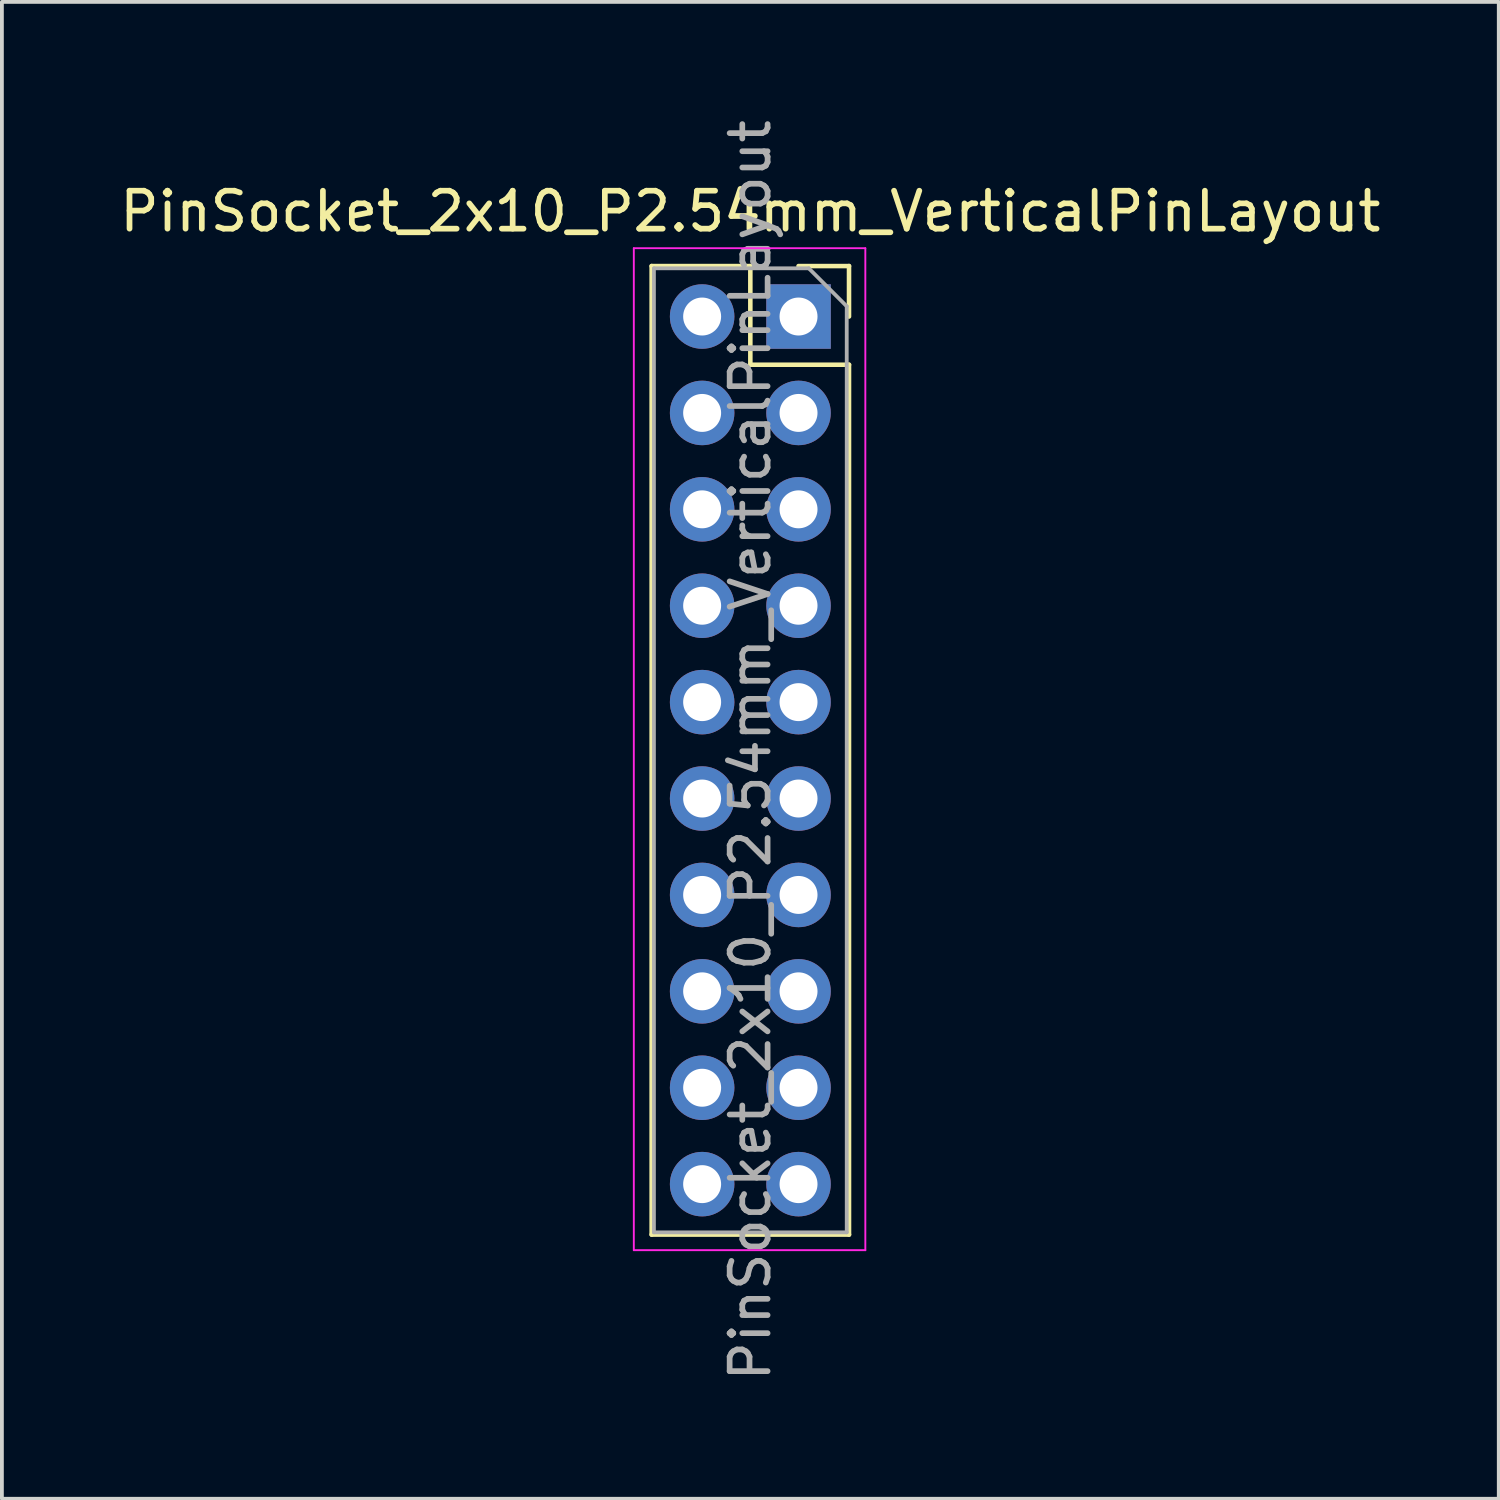
<source format=kicad_pcb>
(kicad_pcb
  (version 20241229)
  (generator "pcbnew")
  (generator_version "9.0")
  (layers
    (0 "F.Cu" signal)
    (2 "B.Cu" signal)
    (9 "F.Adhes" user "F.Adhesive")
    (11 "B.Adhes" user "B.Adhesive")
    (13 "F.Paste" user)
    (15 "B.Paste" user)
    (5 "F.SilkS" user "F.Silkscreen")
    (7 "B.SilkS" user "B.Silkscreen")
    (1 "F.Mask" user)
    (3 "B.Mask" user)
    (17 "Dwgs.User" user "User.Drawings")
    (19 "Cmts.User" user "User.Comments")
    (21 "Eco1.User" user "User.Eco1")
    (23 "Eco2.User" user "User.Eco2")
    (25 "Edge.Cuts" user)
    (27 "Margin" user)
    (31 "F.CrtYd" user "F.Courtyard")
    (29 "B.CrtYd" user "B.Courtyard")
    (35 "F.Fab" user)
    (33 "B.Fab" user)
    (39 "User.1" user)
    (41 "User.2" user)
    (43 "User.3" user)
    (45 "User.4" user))
  (footprint "PinSocket_2x10_P2.54mm_VerticalPinLayout"
    (layer "F.Cu")
    (at 17.99 5.29)
    (property "Reference" "PinSocket_2x10_P2.54mm_VerticalPinLayout" (at -1.27 -2.77 0) (layer "F.SilkS") (effects (font (size 1 1) (thickness 0.15))))
    (attr through_hole)
    (fp_line (start -3.87 -1.33) (end -3.87 24.19) (stroke (width 0.12) (type solid)) (layer "F.SilkS"))
    (fp_line (start -3.87 -1.33) (end -1.27 -1.33) (stroke (width 0.12) (type solid)) (layer "F.SilkS"))
    (fp_line (start -3.87 24.19) (end 1.33 24.19) (stroke (width 0.12) (type solid)) (layer "F.SilkS"))
    (fp_line (start -1.27 -1.33) (end -1.27 1.27) (stroke (width 0.12) (type solid)) (layer "F.SilkS"))
    (fp_line (start -1.27 1.27) (end 1.33 1.27) (stroke (width 0.12) (type solid)) (layer "F.SilkS"))
    (fp_line (start 0 -1.33) (end 1.33 -1.33) (stroke (width 0.12) (type solid)) (layer "F.SilkS"))
    (fp_line (start 1.33 -1.33) (end 1.33 0) (stroke (width 0.12) (type solid)) (layer "F.SilkS"))
    (fp_line (start 1.33 1.27) (end 1.33 24.19) (stroke (width 0.12) (type solid)) (layer "F.SilkS"))
    (fp_line (start -4.34 -1.8) (end 1.76 -1.8) (stroke (width 0.05) (type solid)) (layer "F.CrtYd"))
    (fp_line (start -4.34 24.6) (end -4.34 -1.8) (stroke (width 0.05) (type solid)) (layer "F.CrtYd"))
    (fp_line (start 1.76 -1.8) (end 1.76 24.6) (stroke (width 0.05) (type solid)) (layer "F.CrtYd"))
    (fp_line (start 1.76 24.6) (end -4.34 24.6) (stroke (width 0.05) (type solid)) (layer "F.CrtYd"))
    (fp_line (start -3.81 -1.27) (end 0.27 -1.27) (stroke (width 0.1) (type solid)) (layer "F.Fab"))
    (fp_line (start -3.81 24.13) (end -3.81 -1.27) (stroke (width 0.1) (type solid)) (layer "F.Fab"))
    (fp_line (start 0.27 -1.27) (end 1.27 -0.27) (stroke (width 0.1) (type solid)) (layer "F.Fab"))
    (fp_line (start 1.27 -0.27) (end 1.27 24.13) (stroke (width 0.1) (type solid)) (layer "F.Fab"))
    (fp_line (start 1.27 24.13) (end -3.81 24.13) (stroke (width 0.1) (type solid)) (layer "F.Fab"))
    (fp_text user "${REFERENCE}" (at -1.27 11.43 90) (layer "F.Fab") (effects (font (size 1 1) (thickness 0.15))))
    (pad "1" thru_hole rect (at 0 0) (size 1.7 1.7) (drill 1) (layers "*.Cu" "*.Mask"))
    (pad "2" thru_hole oval (at 0 2.54) (size 1.7 1.7) (drill 1) (layers "*.Cu" "*.Mask"))
    (pad "3" thru_hole oval (at 0 5.08) (size 1.7 1.7) (drill 1) (layers "*.Cu" "*.Mask"))
    (pad "4" thru_hole oval (at 0 7.62) (size 1.7 1.7) (drill 1) (layers "*.Cu" "*.Mask"))
    (pad "5" thru_hole oval (at 0 10.16) (size 1.7 1.7) (drill 1) (layers "*.Cu" "*.Mask"))
    (pad "6" thru_hole oval (at 0 12.7) (size 1.7 1.7) (drill 1) (layers "*.Cu" "*.Mask"))
    (pad "7" thru_hole oval (at 0 15.24) (size 1.7 1.7) (drill 1) (layers "*.Cu" "*.Mask"))
    (pad "8" thru_hole oval (at 0 17.78) (size 1.7 1.7) (drill 1) (layers "*.Cu" "*.Mask"))
    (pad "9" thru_hole oval (at 0 20.32) (size 1.7 1.7) (drill 1) (layers "*.Cu" "*.Mask"))
    (pad "10" thru_hole oval (at 0 22.86) (size 1.7 1.7) (drill 1) (layers "*.Cu" "*.Mask"))
    (pad "11" thru_hole oval (at -2.54 0) (size 1.7 1.7) (drill 1) (layers "*.Cu" "*.Mask"))
    (pad "12" thru_hole oval (at -2.54 2.54) (size 1.7 1.7) (drill 1) (layers "*.Cu" "*.Mask"))
    (pad "13" thru_hole oval (at -2.54 5.08) (size 1.7 1.7) (drill 1) (layers "*.Cu" "*.Mask"))
    (pad "14" thru_hole oval (at -2.54 7.62) (size 1.7 1.7) (drill 1) (layers "*.Cu" "*.Mask"))
    (pad "15" thru_hole oval (at -2.54 10.16) (size 1.7 1.7) (drill 1) (layers "*.Cu" "*.Mask"))
    (pad "16" thru_hole oval (at -2.54 12.7) (size 1.7 1.7) (drill 1) (layers "*.Cu" "*.Mask"))
    (pad "17" thru_hole oval (at -2.54 15.24) (size 1.7 1.7) (drill 1) (layers "*.Cu" "*.Mask"))
    (pad "18" thru_hole oval (at -2.54 17.78) (size 1.7 1.7) (drill 1) (layers "*.Cu" "*.Mask"))
    (pad "19" thru_hole oval (at -2.54 20.32) (size 1.7 1.7) (drill 1) (layers "*.Cu" "*.Mask"))
    (pad "20" thru_hole oval (at -2.54 22.86) (size 1.7 1.7) (drill 1) (layers "*.Cu" "*.Mask")))
  (gr_rect
    (start -3 -3)
    (end 36.44 36.44)
    (stroke (width 0.1) (type default))
    (fill no)
    (layer "Edge.Cuts")))
</source>
